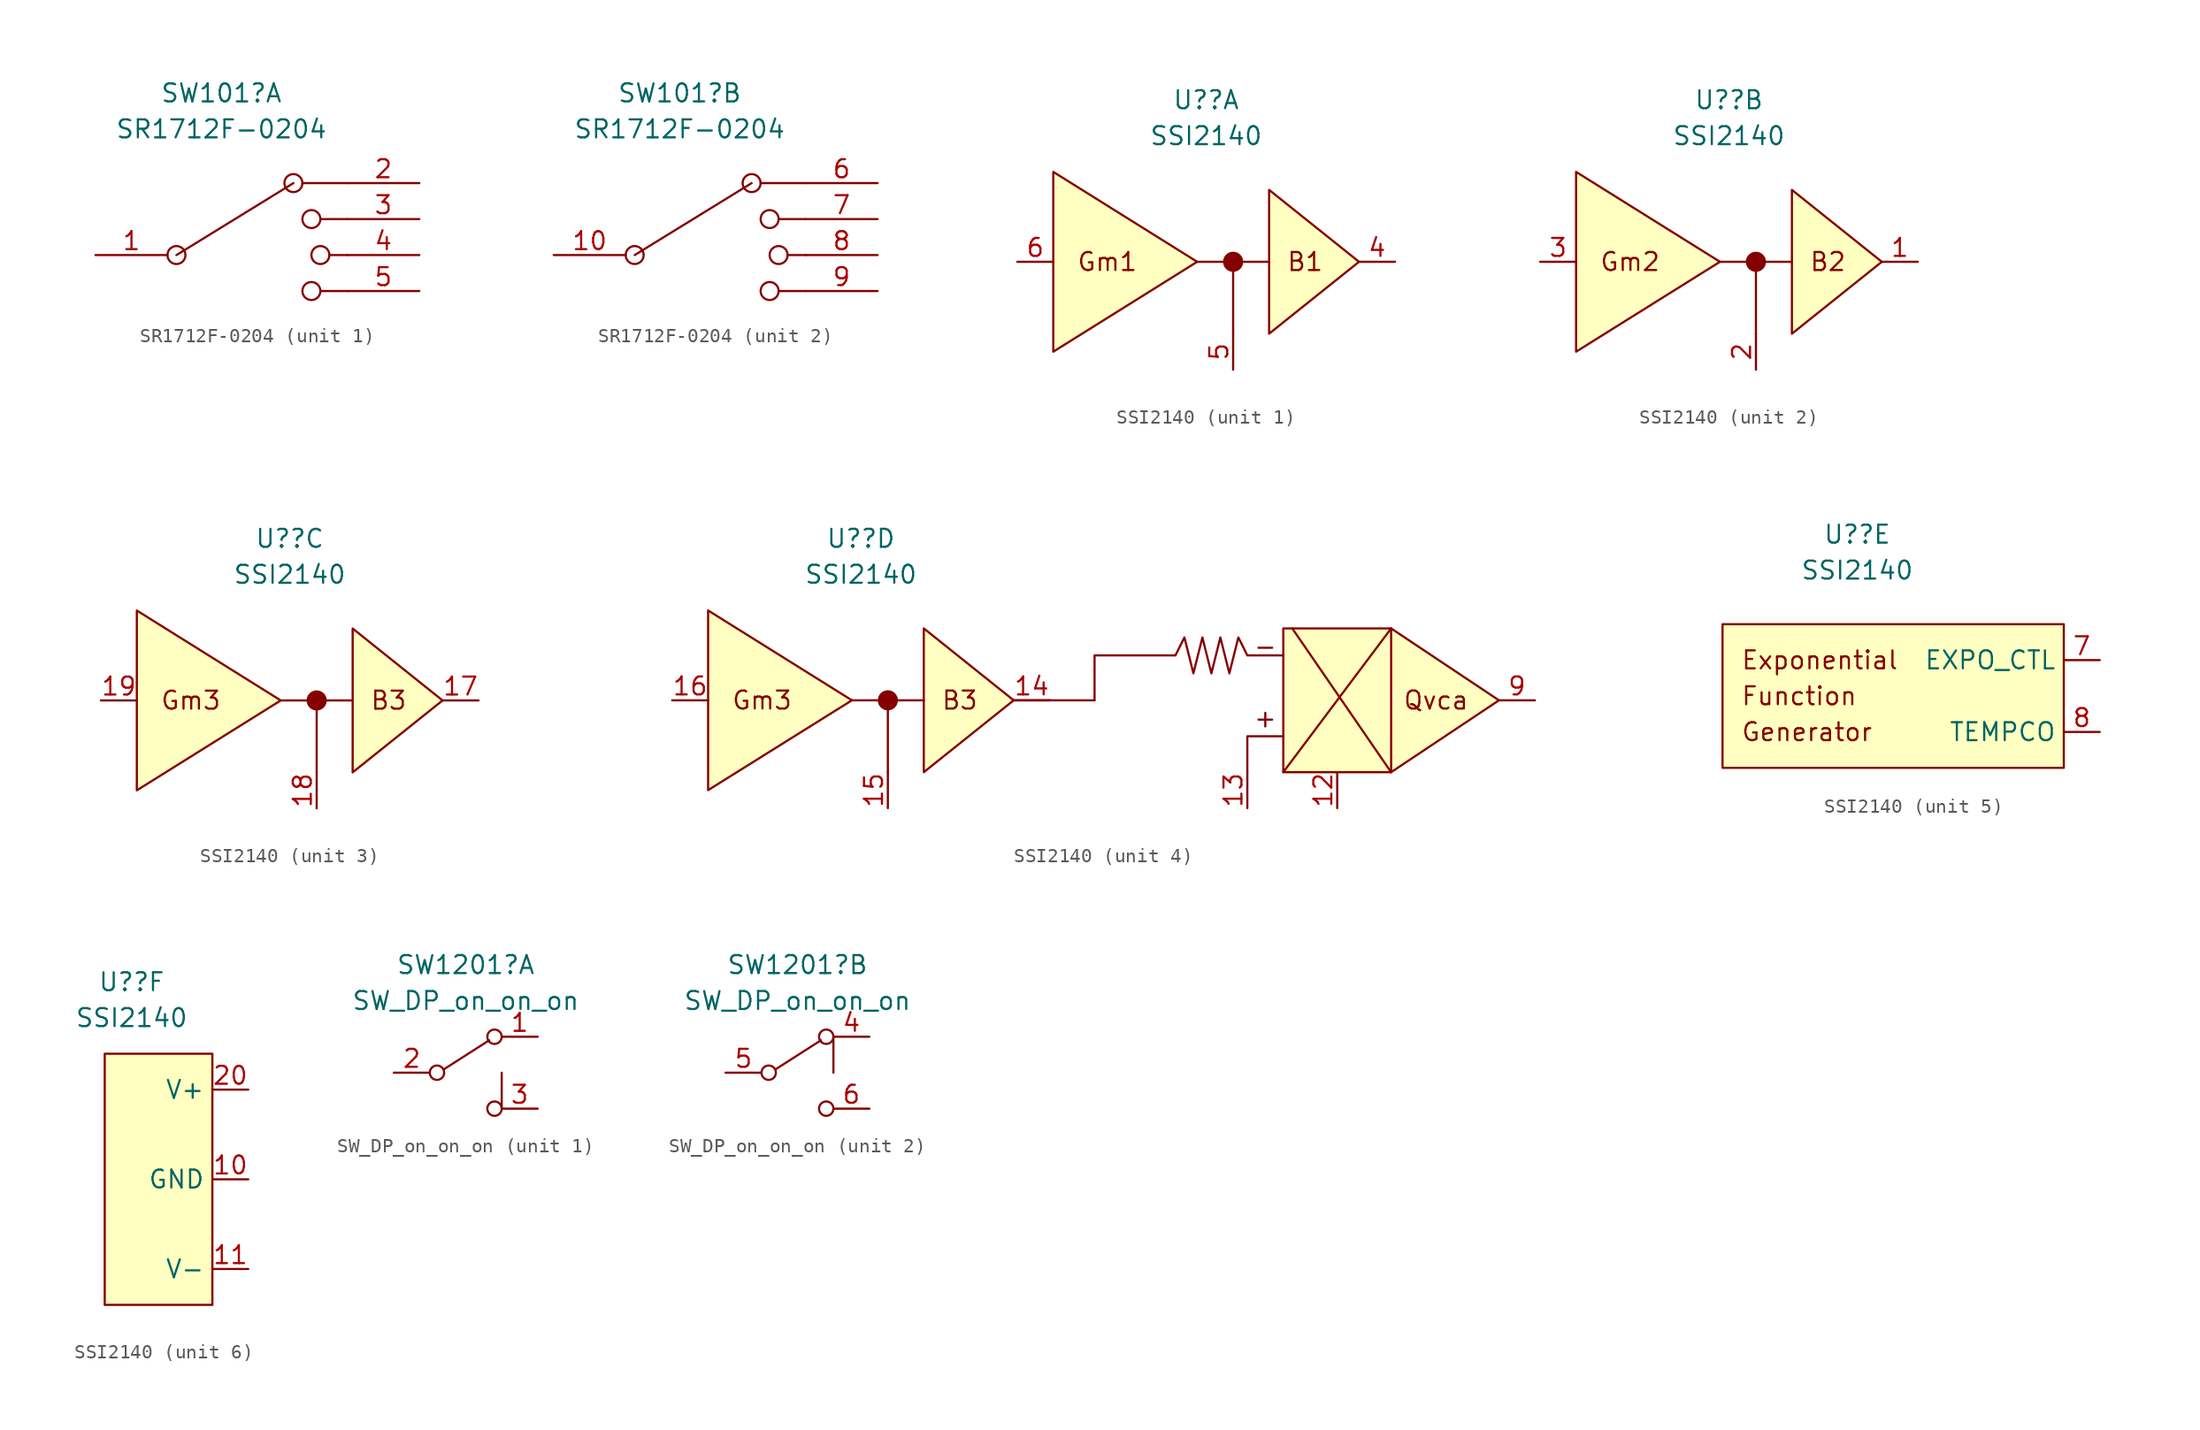
<source format=kicad_sym>
(kicad_symbol_lib
  (version 20220914)
  (generator kicad_symbol_editor)
  (symbol "SR1712F-0204"
    (pin_names
      (offset 1.016) hide)
    (property "Reference" "SW101"
      (at -1.27 11.43 0)
      (effects (font (size 1.27 1.27))))
    (property "Value" "SR1712F-0204"
      (at -1.27 8.89 0)
      (effects (font (size 1.27 1.27))))
    (property "ki_locked" ""
      (at 0 0 0)
      (effects (font (size 1.27 1.27))))
    (symbol "SR1712F-0204_0_0"
      (circle (center -4.445 0) (radius 0.635) (stroke (width 0) (type default)) (fill (type none)))
      (polyline (pts (xy -4.445 0) (xy 3.81 5.08)) (stroke (width 0) (type default)) (fill (type none)))
      (polyline (pts (xy 4.445 5.08) (xy 7.62 5.08)) (stroke (width 0) (type default)) (fill (type none)))
      (polyline (pts (xy 5.715 -2.54) (xy 7.62 -2.54)) (stroke (width 0) (type default)) (fill (type none)))
      (polyline (pts (xy 5.715 2.54) (xy 7.62 2.54)) (stroke (width 0) (type default)) (fill (type none)))
      (polyline (pts (xy 6.35 0) (xy 7.62 0)) (stroke (width 0) (type default)) (fill (type none)))
      (circle (center 3.81 5.08) (radius 0.635) (stroke (width 0) (type default)) (fill (type none)))
      (circle (center 5.08 -2.54) (radius 0.635) (stroke (width 0) (type default)) (fill (type none)))
      (circle (center 5.08 2.54) (radius 0.635) (stroke (width 0) (type default)) (fill (type none)))
      (circle (center 5.715 0) (radius 0.635) (stroke (width 0) (type default)) (fill (type none))))
    (symbol "SR1712F-0204_1_1"
      (pin passive line (at -10.16 0 0) (length 5.08) (name "1" (effects (font (size 1.27 1.27)))) (number "1" (effects (font (size 1.27 1.27)))))
      (pin passive line (at 12.7 5.08 180) (length 5.08) (name "2" (effects (font (size 1.27 1.27)))) (number "2" (effects (font (size 1.27 1.27)))))
      (pin passive line (at 12.7 2.54 180) (length 5.08) (name "3" (effects (font (size 1.27 1.27)))) (number "3" (effects (font (size 1.27 1.27)))))
      (pin passive line (at 12.7 0 180) (length 5.08) (name "4" (effects (font (size 1.27 1.27)))) (number "4" (effects (font (size 1.27 1.27)))))
      (pin passive line (at 12.7 -2.54 180) (length 5.08) (name "5" (effects (font (size 1.27 1.27)))) (number "5" (effects (font (size 1.27 1.27))))))
    (symbol "SR1712F-0204_2_1"
      (pin passive line (at -10.16 0 0) (length 5.08) (name "10" (effects (font (size 1.27 1.27)))) (number "10" (effects (font (size 1.27 1.27)))))
      (pin passive line (at 12.7 5.08 180) (length 5.08) (name "6" (effects (font (size 1.27 1.27)))) (number "6" (effects (font (size 1.27 1.27)))))
      (pin passive line (at 12.7 2.54 180) (length 5.08) (name "7" (effects (font (size 1.27 1.27)))) (number "7" (effects (font (size 1.27 1.27)))))
      (pin passive line (at 12.7 0 180) (length 5.08) (name "8" (effects (font (size 1.27 1.27)))) (number "8" (effects (font (size 1.27 1.27)))))
      (pin passive line (at 12.7 -2.54 180) (length 5.08) (name "9" (effects (font (size 1.27 1.27)))) (number "9" (effects (font (size 1.27 1.27)))))))
  (symbol "SSI2140"
    (property "Reference" "U?"
      (at -1.905 11.43 0)
      (effects (font (size 1.27 1.27))))
    (property "Value" "SSI2140"
      (at -1.905 8.89 0)
      (effects (font (size 1.27 1.27))))
    (property "ki_locked" ""
      (at 0 0 0)
      (effects (font (size 1.27 1.27))))
    (symbol "SSI2140_1_0"
      (polyline (pts (xy 0 0) (xy -2.54 0)) (stroke (width 0) (type default)) (fill (type none)))
      (polyline (pts (xy 0 -5.08) (xy 0 0) (xy 2.54 0)) (stroke (width 0) (type default)) (fill (type none)))
      (polyline (pts (xy -2.54 0) (xy -12.7 6.35) (xy -12.7 -6.35) (xy -2.54 0)) (stroke (width 0) (type default)) (fill (type background)))
      (text "B1" (at 5.08 0 0) (effects (font (size 1.27 1.27))))
      (text "Gm1" (at -8.89 0 0) (effects (font (size 1.27 1.27)))))
    (symbol "SSI2140_1_1"
      (polyline (pts (xy 8.89 0) (xy 2.54 5.08) (xy 2.54 -5.08) (xy 8.89 0)) (stroke (width 0) (type default)) (fill (type background)))
      (circle (center 0 0) (radius 0.635) (stroke (width 0) (type default)) (fill (type outline)))
      (pin output line (at 11.43 0 180) (length 2.54) (name "" (effects (font (size 1.27 1.27)))) (number "4" (effects (font (size 1.27 1.27)))))
      (pin input line (at 0 -7.62 90) (length 2.54) (name "" (effects (font (size 1.27 1.27)))) (number "5" (effects (font (size 1.27 1.27)))))
      (pin input line (at -15.24 0 0) (length 2.54) (name "" (effects (font (size 1.27 1.27)))) (number "6" (effects (font (size 1.27 1.27))))))
    (symbol "SSI2140_2_0"
      (polyline (pts (xy 0 0) (xy -2.54 0)) (stroke (width 0) (type default)) (fill (type none)))
      (polyline (pts (xy 0 -5.08) (xy 0 0) (xy 2.54 0)) (stroke (width 0) (type default)) (fill (type none)))
      (polyline (pts (xy -2.54 0) (xy -12.7 6.35) (xy -12.7 -6.35) (xy -2.54 0)) (stroke (width 0) (type default)) (fill (type background)))
      (text "B2" (at 5.08 0 0) (effects (font (size 1.27 1.27))))
      (text "Gm2" (at -8.89 0 0) (effects (font (size 1.27 1.27)))))
    (symbol "SSI2140_2_1"
      (polyline (pts (xy 8.89 0) (xy 2.54 5.08) (xy 2.54 -5.08) (xy 8.89 0)) (stroke (width 0) (type default)) (fill (type background)))
      (circle (center 0 0) (radius 0.635) (stroke (width 0) (type default)) (fill (type outline)))
      (pin output line (at 11.43 0 180) (length 2.54) (name "" (effects (font (size 1.27 1.27)))) (number "1" (effects (font (size 1.27 1.27)))))
      (pin input line (at 0 -7.62 90) (length 2.54) (name "" (effects (font (size 1.27 1.27)))) (number "2" (effects (font (size 1.27 1.27)))))
      (pin input line (at -15.24 0 0) (length 2.54) (name "" (effects (font (size 1.27 1.27)))) (number "3" (effects (font (size 1.27 1.27))))))
    (symbol "SSI2140_3_0"
      (polyline (pts (xy 0 0) (xy -2.54 0)) (stroke (width 0) (type default)) (fill (type none)))
      (polyline (pts (xy 0 -5.08) (xy 0 0) (xy 2.54 0)) (stroke (width 0) (type default)) (fill (type none)))
      (polyline (pts (xy -2.54 0) (xy -12.7 6.35) (xy -12.7 -6.35) (xy -2.54 0)) (stroke (width 0) (type default)) (fill (type background)))
      (text "B3" (at 5.08 0 0) (effects (font (size 1.27 1.27))))
      (text "Gm3" (at -8.89 0 0) (effects (font (size 1.27 1.27)))))
    (symbol "SSI2140_3_1"
      (polyline (pts (xy 8.89 0) (xy 2.54 5.08) (xy 2.54 -5.08) (xy 8.89 0)) (stroke (width 0) (type default)) (fill (type background)))
      (circle (center 0 0) (radius 0.635) (stroke (width 0) (type default)) (fill (type outline)))
      (pin output line (at 11.43 0 180) (length 2.54) (name "" (effects (font (size 1.27 1.27)))) (number "17" (effects (font (size 1.27 1.27)))))
      (pin input line (at 0 -7.62 90) (length 2.54) (name "" (effects (font (size 1.27 1.27)))) (number "18" (effects (font (size 1.27 1.27)))))
      (pin input line (at -15.24 0 0) (length 2.54) (name "" (effects (font (size 1.27 1.27)))) (number "19" (effects (font (size 1.27 1.27))))))
    (symbol "SSI2140_4_0"
      (polyline (pts (xy 0 0) (xy -2.54 0)) (stroke (width 0) (type default)) (fill (type none)))
      (polyline (pts (xy 27.94 -5.08) (xy 35.56 5.08)) (stroke (width 0) (type default)) (fill (type none)))
      (polyline (pts (xy 35.56 -5.08) (xy 28.575 5.08)) (stroke (width 0) (type default)) (fill (type none)))
      (polyline (pts (xy 0 -5.08) (xy 0 0) (xy 2.54 0)) (stroke (width 0) (type default)) (fill (type none)))
      (polyline (pts (xy 11.43 0) (xy 11.43 0) (xy 8.89 0)) (stroke (width 0) (type default)) (fill (type none)))
      (polyline (pts (xy 20.32 3.175) (xy 14.605 3.175) (xy 14.605 0)) (stroke (width 0) (type default)) (fill (type none)))
      (polyline (pts (xy 25.4 -5.08) (xy 25.4 -2.54) (xy 27.94 -2.54)) (stroke (width 0) (type default)) (fill (type none)))
      (polyline (pts (xy -2.54 0) (xy -12.7 6.35) (xy -12.7 -6.35) (xy -2.54 0)) (stroke (width 0) (type default)) (fill (type background)))
      (polyline (pts (xy 35.56 5.08) (xy 27.94 5.08) (xy 27.94 -5.08) (xy 35.56 -5.08)) (stroke (width 0) (type default)) (fill (type background)))
      (polyline (pts (xy 43.18 0) (xy 35.56 5.08) (xy 35.56 -5.08) (xy 43.18 0)) (stroke (width 0) (type default)) (fill (type background)))
      (polyline (pts (xy 20.32 3.175) (xy 20.955 4.445) (xy 21.59 1.905) (xy 22.225 4.445) (xy 22.86 1.905) (xy 23.495 4.445) (xy 24.13 1.905) (xy 24.765 4.445) (xy 25.4 3.175) (xy 27.94 3.175)) (stroke (width 0) (type default)) (fill (type none)))
      (text "+" (at 26.67 -1.27 0) (effects (font (size 1.27 1.27))))
      (text "-" (at 26.67 3.81 0) (effects (font (size 1.27 1.27))))
      (text "B3" (at 5.08 0 0) (effects (font (size 1.27 1.27))))
      (text "Gm3" (at -8.89 0 0) (effects (font (size 1.27 1.27))))
      (text "Qvca" (at 38.735 0 0) (effects (font (size 1.27 1.27)))))
    (symbol "SSI2140_4_1"
      (polyline (pts (xy 11.43 0) (xy 14.605 0)) (stroke (width 0) (type default)) (fill (type none)))
      (polyline (pts (xy 8.89 0) (xy 2.54 5.08) (xy 2.54 -5.08) (xy 8.89 0)) (stroke (width 0) (type default)) (fill (type background)))
      (circle (center 0 0) (radius 0.635) (stroke (width 0) (type default)) (fill (type outline)))
      (pin input line (at 31.75 -7.62 90) (length 2.54) (name "" (effects (font (size 1.27 1.27)))) (number "12" (effects (font (size 1.27 1.27)))))
      (pin input line (at 25.4 -7.62 90) (length 2.54) (name "" (effects (font (size 1.27 1.27)))) (number "13" (effects (font (size 1.27 1.27)))))
      (pin output line (at 11.43 0 180) (length 2.54) (name "" (effects (font (size 1.27 1.27)))) (number "14" (effects (font (size 1.27 1.27)))))
      (pin input line (at 0 -7.62 90) (length 2.54) (name "" (effects (font (size 1.27 1.27)))) (number "15" (effects (font (size 1.27 1.27)))))
      (pin input line (at -15.24 0 0) (length 2.54) (name "" (effects (font (size 1.27 1.27)))) (number "16" (effects (font (size 1.27 1.27)))))
      (pin output line (at 45.72 0 180) (length 2.54) (name "" (effects (font (size 1.27 1.27)))) (number "9" (effects (font (size 1.27 1.27))))))
    (symbol "SSI2140_5_0"
      (text "Exponential" (at -10.16 2.54 0) (effects (font (size 1.27 1.27)) (justify left)))
      (text "Function" (at -10.16 0 0) (effects (font (size 1.27 1.27)) (justify left)))
      (text "Generator" (at -10.16 -2.54 0) (effects (font (size 1.27 1.27)) (justify left))))
    (symbol "SSI2140_5_1"
      (rectangle (start -11.43 5.08) (end 12.7 -5.08) (stroke (width 0) (type default)) (fill (type background)))
      (pin input line (at 15.24 2.54 180) (length 2.54) (name "EXPO_CTL" (effects (font (size 1.27 1.27)))) (number "7" (effects (font (size 1.27 1.27)))))
      (pin input line (at 15.24 -2.54 180) (length 2.54) (name "TEMPCO" (effects (font (size 1.27 1.27)))) (number "8" (effects (font (size 1.27 1.27))))))
    (symbol "SSI2140_6_0"
      (rectangle (start -3.81 6.35) (end 3.81 -11.43) (stroke (width 0) (type default)) (fill (type background))))
    (symbol "SSI2140_6_1"
      (pin power_in line (at 6.35 -2.54 180) (length 2.54) (name "GND" (effects (font (size 1.27 1.27)))) (number "10" (effects (font (size 1.27 1.27)))))
      (pin power_in line (at 6.35 -8.89 180) (length 2.54) (name "V-" (effects (font (size 1.27 1.27)))) (number "11" (effects (font (size 1.27 1.27)))))
      (pin power_in line (at 6.35 3.81 180) (length 2.54) (name "V+" (effects (font (size 1.27 1.27)))) (number "20" (effects (font (size 1.27 1.27)))))))
  (symbol "SW_DP_on_on_on"
    (pin_names
      (offset 0) hide)
    (property "Reference" "SW1201"
      (at 0 7.62 0)
      (effects (font (size 1.27 1.27))))
    (property "Value" "SW_DP_on_on_on"
      (at 0 5.08 0)
      (effects (font (size 1.27 1.27))))
    (symbol "SW_DP_on_on_on_0_0"
      (circle (center -2.032 0) (radius 0.508) (stroke (width 0) (type default)) (fill (type none)))
      (circle (center 2.032 -2.54) (radius 0.508) (stroke (width 0) (type default)) (fill (type none))))
    (symbol "SW_DP_on_on_on_0_1"
      (polyline (pts (xy -1.524 0.254) (xy 1.651 2.286)) (stroke (width 0) (type default)) (fill (type none)))
      (circle (center 2.032 2.54) (radius 0.508) (stroke (width 0) (type default)) (fill (type none))))
    (symbol "SW_DP_on_on_on_1_1"
      (polyline (pts (xy 2.54 -2.54) (xy 2.54 0)) (stroke (width 0) (type default)) (fill (type none)))
      (pin passive line (at 5.08 2.54 180) (length 2.54) (name "A" (effects (font (size 1.27 1.27)))) (number "1" (effects (font (size 1.27 1.27)))))
      (pin passive line (at -5.08 0 0) (length 2.54) (name "B" (effects (font (size 1.27 1.27)))) (number "2" (effects (font (size 1.27 1.27)))))
      (pin passive line (at 5.08 -2.54 180) (length 2.54) (name "C" (effects (font (size 1.27 1.27)))) (number "3" (effects (font (size 1.27 1.27))))))
    (symbol "SW_DP_on_on_on_2_1"
      (polyline (pts (xy 2.54 2.54) (xy 2.54 0)) (stroke (width 0) (type default)) (fill (type none)))
      (pin passive line (at 5.08 2.54 180) (length 2.54) (name "A" (effects (font (size 1.27 1.27)))) (number "4" (effects (font (size 1.27 1.27)))))
      (pin passive line (at -5.08 0 0) (length 2.54) (name "B" (effects (font (size 1.27 1.27)))) (number "5" (effects (font (size 1.27 1.27)))))
      (pin passive line (at 5.08 -2.54 180) (length 2.54) (name "C" (effects (font (size 1.27 1.27)))) (number "6" (effects (font (size 1.27 1.27))))))))
</source>
